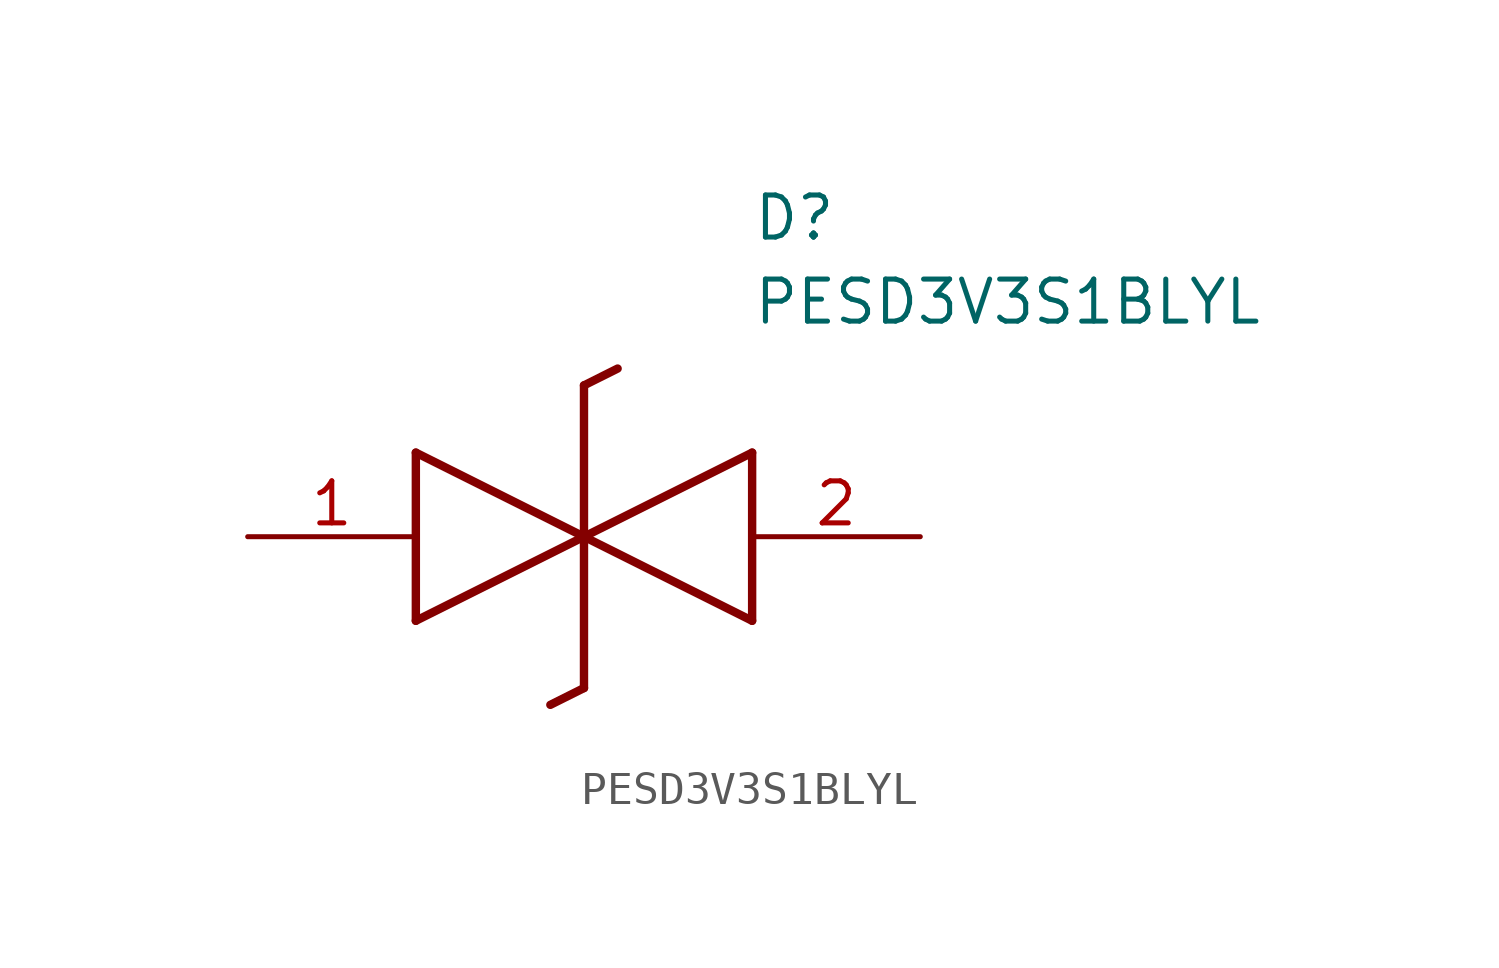
<source format=kicad_sym>
(kicad_symbol_lib
  (version 20211014)
  (generator SamacSys_ECAD_Model)
  (symbol "PESD3V3S1BLYL"
    (pin_names hide)
    (property "Reference" "D"
      (at 15.24 8.89 0)
      (effects (font (size 1.27 1.27)) (justify left bottom)))
    (property "Value" "PESD3V3S1BLYL"
      (at 15.24 6.35 0)
      (effects (font (size 1.27 1.27)) (justify left bottom)))
    (polyline
      (pts (xy 10.16 0) (xy 5.08 -2.54))
      (stroke (width 0.254) (type default))
      (fill (type none)))
    (polyline
      (pts (xy 5.08 2.54) (xy 5.08 -2.54))
      (stroke (width 0.254) (type default))
      (fill (type none)))
    (polyline
      (pts (xy 5.08 2.54) (xy 10.16 0))
      (stroke (width 0.254) (type default))
      (fill (type none)))
    (polyline
      (pts (xy 10.16 0) (xy 15.24 -2.54))
      (stroke (width 0.254) (type default))
      (fill (type none)))
    (polyline
      (pts (xy 15.24 2.54) (xy 15.24 -2.54))
      (stroke (width 0.254) (type default))
      (fill (type none)))
    (polyline
      (pts (xy 15.24 2.54) (xy 10.16 0))
      (stroke (width 0.254) (type default))
      (fill (type none)))
    (polyline
      (pts (xy 10.16 -4.572) (xy 10.16 4.572))
      (stroke (width 0.254) (type default))
      (fill (type none)))
    (polyline
      (pts (xy 11.176 5.08) (xy 10.16 4.572))
      (stroke (width 0.254) (type default))
      (fill (type none)))
    (polyline
      (pts (xy 10.16 -4.572) (xy 9.144 -5.08))
      (stroke (width 0.254) (type default))
      (fill (type none)))
    (pin passive line
      (at 0 0 0)
      (length 5.08)
      (name "K1" (effects (font (size 1.27 1.27))))
      (number "1" (effects (font (size 1.27 1.27)))))
    (pin passive line
      (at 20.32 0 180)
      (length 5.08)
      (name "K2" (effects (font (size 1.27 1.27))))
      (number "2" (effects (font (size 1.27 1.27)))))))
</source>
